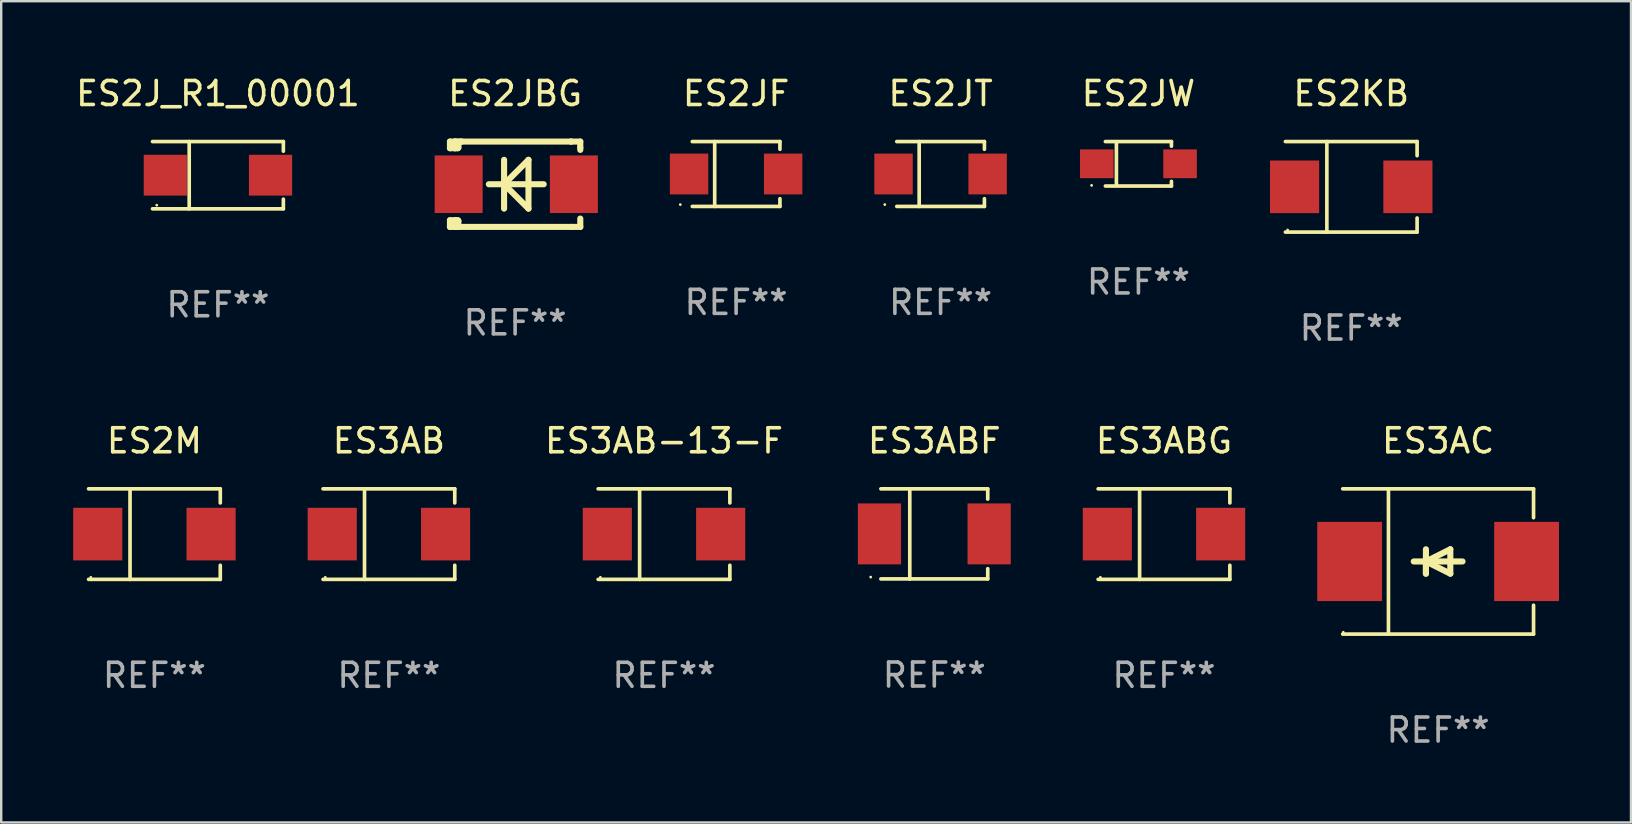
<source format=kicad_pcb>
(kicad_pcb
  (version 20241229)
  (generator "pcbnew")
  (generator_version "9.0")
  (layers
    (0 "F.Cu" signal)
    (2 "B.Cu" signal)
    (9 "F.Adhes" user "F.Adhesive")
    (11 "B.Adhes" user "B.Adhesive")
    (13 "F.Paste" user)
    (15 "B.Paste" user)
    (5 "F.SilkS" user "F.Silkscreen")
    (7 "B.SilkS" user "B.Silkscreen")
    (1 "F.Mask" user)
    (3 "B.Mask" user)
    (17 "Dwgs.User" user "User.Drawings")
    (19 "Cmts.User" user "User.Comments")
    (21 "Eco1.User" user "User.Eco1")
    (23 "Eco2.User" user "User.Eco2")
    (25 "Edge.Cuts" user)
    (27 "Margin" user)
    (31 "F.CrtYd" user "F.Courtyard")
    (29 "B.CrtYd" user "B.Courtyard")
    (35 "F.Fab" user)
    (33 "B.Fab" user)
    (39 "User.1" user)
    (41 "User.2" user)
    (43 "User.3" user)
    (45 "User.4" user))
  (footprint "ES3AC"
    (layer "F.Cu")
    (at 56.868 20.343)
    (property "Reference" "ES3AC" (at 0 -5.026 0) (layer "F.SilkS") (effects (font (size 1 1) (thickness 0.15))))
    (attr through_hole)
    (fp_line (start -3.976 -3.026) (end 3.976 -3.026) (stroke (width 0.152) (type solid)) (layer "F.SilkS"))
    (fp_line (start -3.976 3.026) (end 3.976 3.026) (stroke (width 0.152) (type solid)) (layer "F.SilkS"))
    (fp_line (start -2.069 -3.026) (end -2.069 3.026) (stroke (width 0.152) (type solid)) (layer "F.SilkS"))
    (fp_line (start -0.508 0) (end -0.508 0.508) (stroke (width 0.254) (type solid)) (layer "F.SilkS"))
    (fp_line (start -0.508 0) (end 0.508 0.508) (stroke (width 0.254) (type solid)) (layer "F.SilkS"))
    (fp_line (start -0.508 0.508) (end -0.508 -0.508) (stroke (width 0.254) (type solid)) (layer "F.SilkS"))
    (fp_line (start 0.508 -0.508) (end -0.508 0) (stroke (width 0.254) (type solid)) (layer "F.SilkS"))
    (fp_line (start 0.508 0.508) (end 0.508 -0.508) (stroke (width 0.254) (type solid)) (layer "F.SilkS"))
    (fp_line (start 1.016 0) (end -1.016 0) (stroke (width 0.254) (type solid)) (layer "F.SilkS"))
    (fp_line (start 3.976 -3.026) (end 3.976 -1.823) (stroke (width 0.152) (type solid)) (layer "F.SilkS"))
    (fp_line (start 3.976 3.026) (end 3.976 1.823) (stroke (width 0.152) (type solid)) (layer "F.SilkS"))
    (fp_circle (center -3.95 2.95) (end -3.92 2.95) (stroke (width 0.06) (type solid)) (fill no) (layer "F.SilkS"))
    (fp_text user "REF**" (at 0 7.026 0) (layer "F.Fab") (effects (font (size 1 1) (thickness 0.15))))
    (pad "1" smd rect (at -3.686 0) (size 2.7 3.3) (layers "F.Cu" "F.Mask" "F.Paste"))
    (pad "2" smd rect (at 3.686 0) (size 2.7 3.3) (layers "F.Cu" "F.Mask" "F.Paste")))
  (footprint "ES3AB"
    (layer "F.Cu")
    (at 13.153 19.203)
    (property "Reference" "ES3AB" (at 0 -3.886 0) (layer "F.SilkS") (effects (font (size 1 1) (thickness 0.15))))
    (attr through_hole)
    (fp_line (start -2.744 -1.886) (end 2.744 -1.886) (stroke (width 0.152) (type solid)) (layer "F.SilkS"))
    (fp_line (start -2.744 1.886) (end 2.744 1.886) (stroke (width 0.152) (type solid)) (layer "F.SilkS"))
    (fp_line (start -1.016 -1.886) (end -1.016 1.886) (stroke (width 0.152) (type solid)) (layer "F.SilkS"))
    (fp_line (start 2.744 -1.886) (end 2.744 -1.299) (stroke (width 0.152) (type solid)) (layer "F.SilkS"))
    (fp_line (start 2.744 1.886) (end 2.744 1.299) (stroke (width 0.152) (type solid)) (layer "F.SilkS"))
    (fp_circle (center -2.65 1.8) (end -2.62 1.8) (stroke (width 0.06) (type solid)) (fill no) (layer "F.SilkS"))
    (fp_text user "REF**" (at 0 5.886 0) (layer "F.Fab") (effects (font (size 1 1) (thickness 0.15))))
    (pad "1" smd rect (at -2.361 0) (size 2.047 2.192) (layers "F.Cu" "F.Mask" "F.Paste"))
    (pad "2" smd rect (at 2.361 0) (size 2.047 2.192) (layers "F.Cu" "F.Mask" "F.Paste")))
  (footprint "ES2J_R1_00001"
    (layer "F.Cu")
    (at 6.03 4.249)
    (property "Reference" "ES2J_R1_00001" (at 0 -3.401 0) (layer "F.SilkS") (effects (font (size 1 1) (thickness 0.15))))
    (attr through_hole)
    (fp_line (start -2.726 -1.401) (end 2.726 -1.401) (stroke (width 0.152) (type solid)) (layer "F.SilkS"))
    (fp_line (start -2.726 1.401) (end 2.726 1.401) (stroke (width 0.152) (type solid)) (layer "F.SilkS"))
    (fp_line (start -1.197 -1.401) (end -1.197 1.401) (stroke (width 0.152) (type solid)) (layer "F.SilkS"))
    (fp_line (start 2.726 -1.401) (end 2.726 -1) (stroke (width 0.152) (type solid)) (layer "F.SilkS"))
    (fp_line (start 2.726 1.401) (end 2.726 1) (stroke (width 0.152) (type solid)) (layer "F.SilkS"))
    (fp_circle (center -2.55 1.25) (end -2.52 1.25) (stroke (width 0.06) (type solid)) (fill no) (layer "F.SilkS"))
    (fp_text user "REF**" (at 0 5.401 0) (layer "F.Fab") (effects (font (size 1 1) (thickness 0.15))))
    (pad "1" smd rect (at -2.192 0) (size 1.8 1.7) (layers "F.Cu" "F.Mask" "F.Paste"))
    (pad "2" smd rect (at 2.192 0) (size 1.8 1.7) (layers "F.Cu" "F.Mask" "F.Paste")))
  (footprint "ES2JW"
    (layer "F.Cu")
    (at 44.381 3.774)
    (property "Reference" "ES2JW" (at 0 -2.926 0) (layer "F.SilkS") (effects (font (size 1 1) (thickness 0.15))))
    (attr through_hole)
    (fp_line (start -1.376 -0.926) (end 1.376 -0.926) (stroke (width 0.152) (type solid)) (layer "F.SilkS"))
    (fp_line (start -1.376 0.926) (end 1.376 0.926) (stroke (width 0.152) (type solid)) (layer "F.SilkS"))
    (fp_line (start -0.917 -0.876) (end -0.917 0.876) (stroke (width 0.152) (type solid)) (layer "F.SilkS"))
    (fp_line (start 1.376 -0.926) (end 1.376 -0.733) (stroke (width 0.152) (type solid)) (layer "F.SilkS"))
    (fp_line (start 1.376 0.926) (end 1.376 0.733) (stroke (width 0.152) (type solid)) (layer "F.SilkS"))
    (fp_circle (center -1.95 0.9) (end -1.92 0.9) (stroke (width 0.06) (type solid)) (fill no) (layer "F.SilkS"))
    (fp_text user "REF**" (at 0 4.926 0) (layer "F.Fab") (effects (font (size 1 1) (thickness 0.15))))
    (pad "1" smd rect (at -1.735 0) (size 1.4 1.2) (layers "F.Cu" "F.Mask" "F.Paste"))
    (pad "2" smd rect (at 1.735 0) (size 1.4 1.2) (layers "F.Cu" "F.Mask" "F.Paste")))
  (footprint "ES3AB-13-F"
    (layer "F.Cu")
    (at 24.615 19.203)
    (property "Reference" "ES3AB-13-F" (at 0 -3.886 0) (layer "F.SilkS") (effects (font (size 1 1) (thickness 0.15))))
    (attr through_hole)
    (fp_line (start -2.744 -1.886) (end 2.744 -1.886) (stroke (width 0.152) (type solid)) (layer "F.SilkS"))
    (fp_line (start -2.744 1.886) (end 2.744 1.886) (stroke (width 0.152) (type solid)) (layer "F.SilkS"))
    (fp_line (start -1.016 -1.886) (end -1.016 1.886) (stroke (width 0.152) (type solid)) (layer "F.SilkS"))
    (fp_line (start 2.744 -1.886) (end 2.744 -1.299) (stroke (width 0.152) (type solid)) (layer "F.SilkS"))
    (fp_line (start 2.744 1.886) (end 2.744 1.299) (stroke (width 0.152) (type solid)) (layer "F.SilkS"))
    (fp_circle (center -2.65 1.8) (end -2.62 1.8) (stroke (width 0.06) (type solid)) (fill no) (layer "F.SilkS"))
    (fp_text user "REF**" (at 0 5.886 0) (layer "F.Fab") (effects (font (size 1 1) (thickness 0.15))))
    (pad "1" smd rect (at -2.361 0) (size 2.047 2.192) (layers "F.Cu" "F.Mask" "F.Paste"))
    (pad "2" smd rect (at 2.361 0) (size 2.047 2.192) (layers "F.Cu" "F.Mask" "F.Paste")))
  (footprint "ES2JBG"
    (layer "F.Cu")
    (at 18.412 4.626)
    (property "Reference" "ES2JBG" (at 0 -3.778 0) (layer "F.SilkS") (effects (font (size 1 1) (thickness 0.15))))
    (attr through_hole)
    (fp_line (start -2.715 -1.778) (end -2.715 -1.501) (stroke (width 0.254) (type solid)) (layer "F.SilkS"))
    (fp_line (start -2.715 -1.501) (end -2.505 -1.501) (stroke (width 0.254) (type solid)) (layer "F.SilkS"))
    (fp_line (start -2.715 1.501) (end -2.715 1.778) (stroke (width 0.254) (type solid)) (layer "F.SilkS"))
    (fp_line (start -2.715 1.501) (end -2.505 1.501) (stroke (width 0.254) (type solid)) (layer "F.SilkS"))
    (fp_line (start -2.715 1.778) (end -2.504 1.778) (stroke (width 0.254) (type solid)) (layer "F.SilkS"))
    (fp_line (start -2.505 -1.778) (end -2.715 -1.778) (stroke (width 0.254) (type solid)) (layer "F.SilkS"))
    (fp_line (start -2.505 -1.778) (end -2.238 -1.778) (stroke (width 0.254) (type solid)) (layer "F.SilkS"))
    (fp_line (start -2.505 -1.501) (end -2.505 -1.651) (stroke (width 0.254) (type solid)) (layer "F.SilkS"))
    (fp_line (start -2.505 -1.501) (end -2.388 -1.501) (stroke (width 0.254) (type solid)) (layer "F.SilkS"))
    (fp_line (start -2.505 1.501) (end -2.505 1.778) (stroke (width 0.254) (type solid)) (layer "F.SilkS"))
    (fp_line (start -2.505 1.501) (end -2.388 1.501) (stroke (width 0.254) (type solid)) (layer "F.SilkS"))
    (fp_line (start -2.388 1.501) (end -2.365 1.524) (stroke (width 0.254) (type solid)) (layer "F.SilkS"))
    (fp_line (start -2.388 -1.501) (end -2.365 -1.524) (stroke (width 0.254) (type solid)) (layer "F.SilkS"))
    (fp_line (start -2.365 -1.651) (end -2.505 -1.778) (stroke (width 0.254) (type solid)) (layer "F.SilkS"))
    (fp_line (start -2.365 -1.524) (end -2.365 -1.651) (stroke (width 0.254) (type solid)) (layer "F.SilkS"))
    (fp_line (start -2.365 1.524) (end -2.365 1.778) (stroke (width 0.254) (type solid)) (layer "F.SilkS"))
    (fp_line (start -2.239 -1.778) (end 2.333 -1.778) (stroke (width 0.254) (type solid)) (layer "F.SilkS"))
    (fp_line (start -2.238 -1.778) (end -2.505 -1.778) (stroke (width 0.254) (type solid)) (layer "F.SilkS"))
    (fp_line (start -1.095 0) (end 1.191 0) (stroke (width 0.254) (type solid)) (layer "F.SilkS"))
    (fp_line (start -0.46 -1.016) (end -0.46 1.016) (stroke (width 0.254) (type solid)) (layer "F.SilkS"))
    (fp_line (start -0.46 -0.000127) (end 0.556 1.016) (stroke (width 0.254) (type solid)) (layer "F.SilkS"))
    (fp_line (start 0.556 -1.016) (end 0.556 1.016) (stroke (width 0.254) (type solid)) (layer "F.SilkS"))
    (fp_line (start 0.556 -1.016) (end -0.46 -0.000127) (stroke (width 0.254) (type solid)) (layer "F.SilkS"))
    (fp_line (start 2.333 -1.778) (end 2.333 -1.778) (stroke (width 0.254) (type solid)) (layer "F.SilkS"))
    (fp_line (start 2.333 -1.778) (end 2.715 -1.778) (stroke (width 0.254) (type solid)) (layer "F.SilkS"))
    (fp_line (start 2.334 1.778) (end -2.504 1.778) (stroke (width 0.254) (type solid)) (layer "F.SilkS"))
    (fp_line (start 2.715 -1.778) (end 2.715 -1.524) (stroke (width 0.254) (type solid)) (layer "F.SilkS"))
    (fp_line (start 2.715 -1.524) (end 2.715 -1.431) (stroke (width 0.254) (type solid)) (layer "F.SilkS"))
    (fp_line (start 2.715 1.431) (end 2.715 1.778) (stroke (width 0.254) (type solid)) (layer "F.SilkS"))
    (fp_line (start 2.715 1.778) (end 2.334 1.778) (stroke (width 0.254) (type solid)) (layer "F.SilkS"))
    (fp_circle (center -2.602 1.8) (end -2.572 1.8) (stroke (width 0.06) (type solid)) (fill no) (layer "F.SilkS"))
    (fp_text user "REF**" (at 0 5.778 0) (layer "F.Fab") (effects (font (size 1 1) (thickness 0.15))))
    (pad "1" smd rect (at -2.352 -0.000076) (size 2 2.4) (layers "F.Cu" "F.Mask" "F.Paste"))
    (pad "2" smd rect (at 2.448 -0.000076) (size 2 2.4) (layers "F.Cu" "F.Mask" "F.Paste")))
  (footprint "ES3ABG"
    (layer "F.Cu")
    (at 45.447 19.203)
    (property "Reference" "ES3ABG" (at 0 -3.886 0) (layer "F.SilkS") (effects (font (size 1 1) (thickness 0.15))))
    (attr through_hole)
    (fp_line (start -2.744 -1.886) (end 2.744 -1.886) (stroke (width 0.152) (type solid)) (layer "F.SilkS"))
    (fp_line (start -2.744 1.886) (end 2.744 1.886) (stroke (width 0.152) (type solid)) (layer "F.SilkS"))
    (fp_line (start -1.016 -1.886) (end -1.016 1.886) (stroke (width 0.152) (type solid)) (layer "F.SilkS"))
    (fp_line (start 2.744 -1.886) (end 2.744 -1.299) (stroke (width 0.152) (type solid)) (layer "F.SilkS"))
    (fp_line (start 2.744 1.886) (end 2.744 1.299) (stroke (width 0.152) (type solid)) (layer "F.SilkS"))
    (fp_circle (center -2.65 1.8) (end -2.62 1.8) (stroke (width 0.06) (type solid)) (fill no) (layer "F.SilkS"))
    (fp_text user "REF**" (at 0 5.886 0) (layer "F.Fab") (effects (font (size 1 1) (thickness 0.15))))
    (pad "1" smd rect (at -2.361 0) (size 2.047 2.192) (layers "F.Cu" "F.Mask" "F.Paste"))
    (pad "2" smd rect (at 2.361 0) (size 2.047 2.192) (layers "F.Cu" "F.Mask" "F.Paste")))
  (footprint "ES2JF"
    (layer "F.Cu")
    (at 27.619 4.199)
    (property "Reference" "ES2JF" (at 0 -3.351 0) (layer "F.SilkS") (effects (font (size 1 1) (thickness 0.15))))
    (attr through_hole)
    (fp_line (start -1.826 -1.351) (end 1.826 -1.351) (stroke (width 0.152) (type solid)) (layer "F.SilkS"))
    (fp_line (start -1.826 1.351) (end 1.826 1.351) (stroke (width 0.152) (type solid)) (layer "F.SilkS"))
    (fp_line (start -0.892 -1.351) (end -0.892 1.351) (stroke (width 0.152) (type solid)) (layer "F.SilkS"))
    (fp_line (start 1.826 -1.351) (end 1.826 -1.03) (stroke (width 0.152) (type solid)) (layer "F.SilkS"))
    (fp_line (start 1.826 1.03) (end 1.826 1.351) (stroke (width 0.152) (type solid)) (layer "F.SilkS"))
    (fp_circle (center -2.325 1.275) (end -2.295 1.275) (stroke (width 0.06) (type solid)) (fill no) (layer "F.SilkS"))
    (fp_text user "REF**" (at 0 5.351 0) (layer "F.Fab") (effects (font (size 1 1) (thickness 0.15))))
    (pad "1" smd rect (at -1.96 0 180) (size 1.6 1.7) (layers "F.Cu" "F.Mask" "F.Paste"))
    (pad "2" smd rect (at 1.96 0 180) (size 1.6 1.7) (layers "F.Cu" "F.Mask" "F.Paste")))
  (footprint "ES2KB"
    (layer "F.Cu")
    (at 53.248 4.734)
    (property "Reference" "ES2KB" (at 0 -3.886 0) (layer "F.SilkS") (effects (font (size 1 1) (thickness 0.15))))
    (attr through_hole)
    (fp_line (start -2.744 -1.886) (end 2.744 -1.886) (stroke (width 0.152) (type solid)) (layer "F.SilkS"))
    (fp_line (start -2.744 1.886) (end 2.744 1.886) (stroke (width 0.152) (type solid)) (layer "F.SilkS"))
    (fp_line (start -1.016 -1.886) (end -1.016 1.886) (stroke (width 0.152) (type solid)) (layer "F.SilkS"))
    (fp_line (start 2.744 -1.886) (end 2.744 -1.299) (stroke (width 0.152) (type solid)) (layer "F.SilkS"))
    (fp_line (start 2.744 1.886) (end 2.744 1.299) (stroke (width 0.152) (type solid)) (layer "F.SilkS"))
    (fp_circle (center -2.65 1.8) (end -2.62 1.8) (stroke (width 0.06) (type solid)) (fill no) (layer "F.SilkS"))
    (fp_text user "REF**" (at 0 5.886 0) (layer "F.Fab") (effects (font (size 1 1) (thickness 0.15))))
    (pad "1" smd rect (at -2.361 0) (size 2.047 2.192) (layers "F.Cu" "F.Mask" "F.Paste"))
    (pad "2" smd rect (at 2.361 0) (size 2.047 2.192) (layers "F.Cu" "F.Mask" "F.Paste")))
  (footprint "ES2JT"
    (layer "F.Cu")
    (at 36.139 4.199)
    (property "Reference" "ES2JT" (at 0 -3.351 0) (layer "F.SilkS") (effects (font (size 1 1) (thickness 0.15))))
    (attr through_hole)
    (fp_line (start -1.826 -1.351) (end 1.826 -1.351) (stroke (width 0.152) (type solid)) (layer "F.SilkS"))
    (fp_line (start -1.826 1.351) (end 1.826 1.351) (stroke (width 0.152) (type solid)) (layer "F.SilkS"))
    (fp_line (start -0.892 -1.351) (end -0.892 1.351) (stroke (width 0.152) (type solid)) (layer "F.SilkS"))
    (fp_line (start 1.826 -1.351) (end 1.826 -1.03) (stroke (width 0.152) (type solid)) (layer "F.SilkS"))
    (fp_line (start 1.826 1.03) (end 1.826 1.351) (stroke (width 0.152) (type solid)) (layer "F.SilkS"))
    (fp_circle (center -2.325 1.275) (end -2.295 1.275) (stroke (width 0.06) (type solid)) (fill no) (layer "F.SilkS"))
    (fp_text user "REF**" (at 0 5.351 0) (layer "F.Fab") (effects (font (size 1 1) (thickness 0.15))))
    (pad "1" smd rect (at -1.96 0 180) (size 1.6 1.7) (layers "F.Cu" "F.Mask" "F.Paste"))
    (pad "2" smd rect (at 1.96 0 180) (size 1.6 1.7) (layers "F.Cu" "F.Mask" "F.Paste")))
  (footprint "ES2M"
    (layer "F.Cu")
    (at 3.384 19.203)
    (property "Reference" "ES2M" (at 0 -3.886 0) (layer "F.SilkS") (effects (font (size 1 1) (thickness 0.15))))
    (attr through_hole)
    (fp_line (start -2.744 -1.886) (end 2.744 -1.886) (stroke (width 0.152) (type solid)) (layer "F.SilkS"))
    (fp_line (start -2.744 1.886) (end 2.744 1.886) (stroke (width 0.152) (type solid)) (layer "F.SilkS"))
    (fp_line (start -1.016 -1.886) (end -1.016 1.886) (stroke (width 0.152) (type solid)) (layer "F.SilkS"))
    (fp_line (start 2.744 -1.886) (end 2.744 -1.299) (stroke (width 0.152) (type solid)) (layer "F.SilkS"))
    (fp_line (start 2.744 1.886) (end 2.744 1.299) (stroke (width 0.152) (type solid)) (layer "F.SilkS"))
    (fp_circle (center -2.65 1.8) (end -2.62 1.8) (stroke (width 0.06) (type solid)) (fill no) (layer "F.SilkS"))
    (fp_text user "REF**" (at 0 5.886 0) (layer "F.Fab") (effects (font (size 1 1) (thickness 0.15))))
    (pad "1" smd rect (at -2.361 0) (size 2.047 2.192) (layers "F.Cu" "F.Mask" "F.Paste"))
    (pad "2" smd rect (at 2.361 0) (size 2.047 2.192) (layers "F.Cu" "F.Mask" "F.Paste")))
  (footprint "ES3ABF"
    (layer "F.Cu")
    (at 35.877 19.197)
    (property "Reference" "ES3ABF" (at 0 -3.88 0) (layer "F.SilkS") (effects (font (size 1 1) (thickness 0.15))))
    (attr through_hole)
    (fp_line (start -2.226 -1.88) (end 2.226 -1.88) (stroke (width 0.152) (type solid)) (layer "F.SilkS"))
    (fp_line (start -2.226 1.873) (end 2.226 1.873) (stroke (width 0.152) (type solid)) (layer "F.SilkS"))
    (fp_line (start -1.022 -1.873) (end -1.022 1.88) (stroke (width 0.152) (type solid)) (layer "F.SilkS"))
    (fp_line (start 2.226 -1.88) (end 2.226 -1.453) (stroke (width 0.152) (type solid)) (layer "F.SilkS"))
    (fp_line (start 2.226 1.447) (end 2.226 1.873) (stroke (width 0.152) (type solid)) (layer "F.SilkS"))
    (fp_circle (center -2.65 1.797) (end -2.62 1.797) (stroke (width 0.06) (type solid)) (fill no) (layer "F.SilkS"))
    (fp_text user "REF**" (at 0 5.88 0) (layer "F.Fab") (effects (font (size 1 1) (thickness 0.15))))
    (pad "1" smd rect (at -2.285 -0.003) (size 1.8 2.54) (layers "F.Cu" "F.Mask" "F.Paste"))
    (pad "2" smd rect (at 2.285 -0.003) (size 1.8 2.54) (layers "F.Cu" "F.Mask" "F.Paste")))
  (gr_rect
    (start -3 -3)
    (end 64.904 31.218)
    (stroke (width 0.1) (type default))
    (fill no)
    (layer "Edge.Cuts")))
</source>
